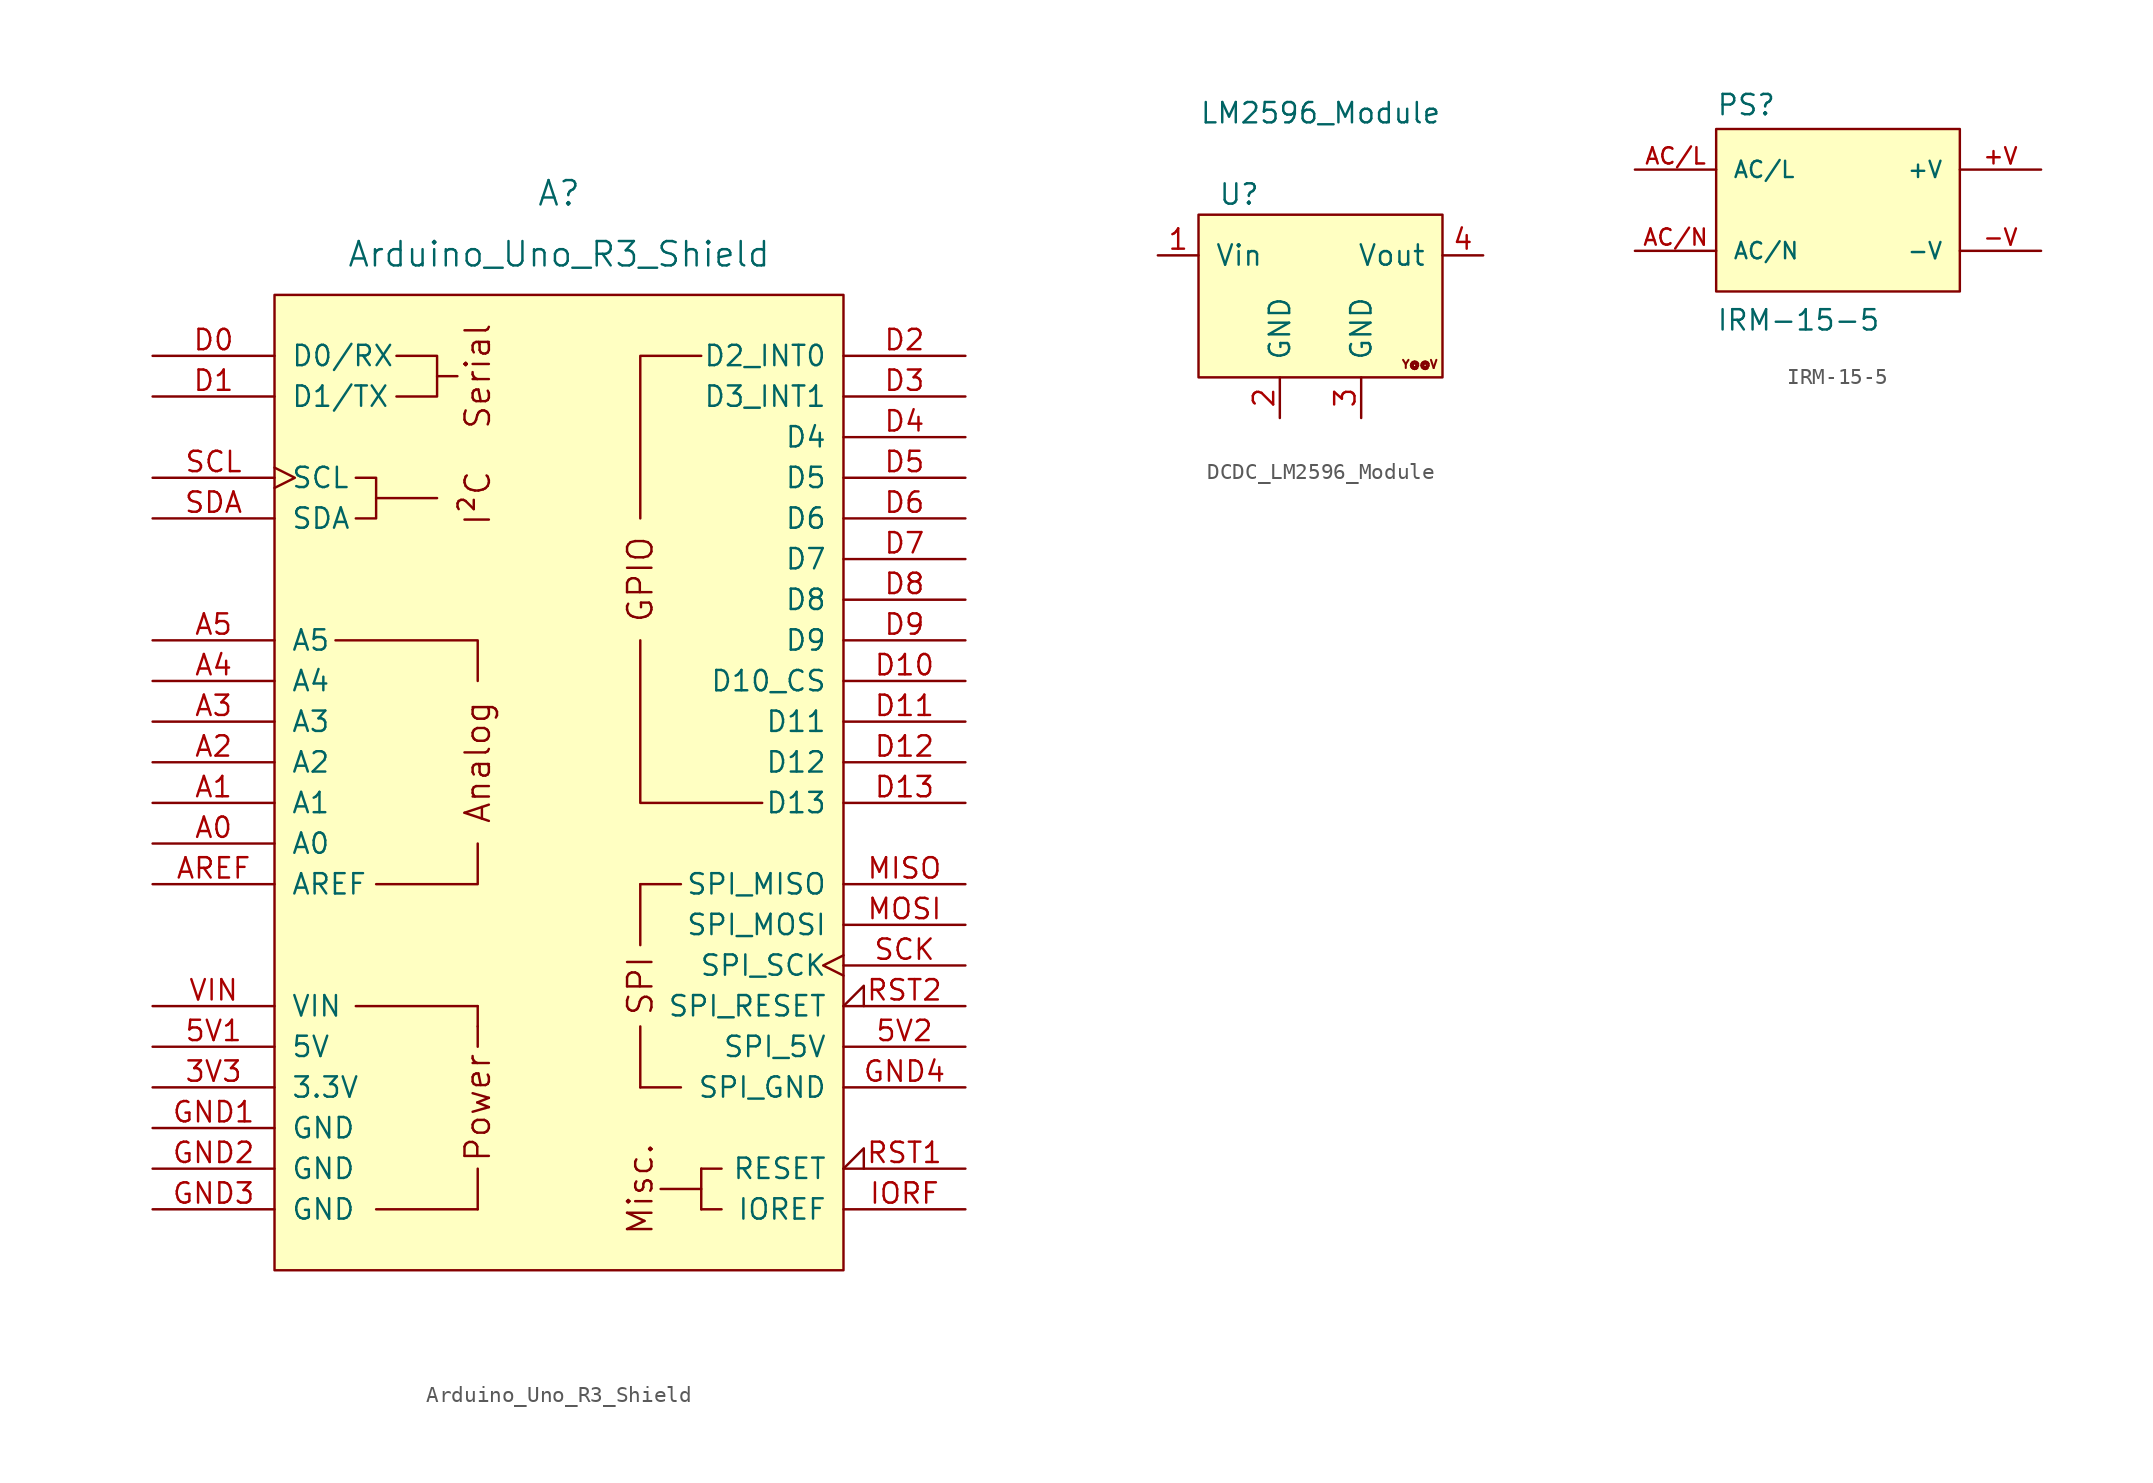
<source format=kicad_sym>
(kicad_symbol_lib
  (version 20241209)
  (generator "kicad_symbol_editor")
  (generator_version "9.0")
  (symbol "Arduino_Uno_R3_Shield"
    (pin_names
      (offset 1.016))
    (property "Reference" "A"
      (at 0 36.83 0)
      (effects (font (size 1.524 1.524))))
    (property "Value" "Arduino_Uno_R3_Shield"
      (at 0 33.02 0)
      (effects (font (size 1.524 1.524))))
    (symbol "Arduino_Uno_R3_Shield_0_0"
      (rectangle (start -17.78 30.48) (end 17.78 -30.48) (stroke (width 0) (type default)) (fill (type background)))
      (polyline (pts (xy -12.7 19.05) (xy -11.43 19.05) (xy -11.43 16.51) (xy -12.7 16.51)) (stroke (width 0) (type default)) (fill (type none)))
      (rectangle (start -12.7 -13.97) (end -5.08 -13.97) (stroke (width 0) (type default)) (fill (type none)))
      (polyline (pts (xy -11.43 17.78) (xy -7.62 17.78)) (stroke (width 0) (type default)) (fill (type none)))
      (rectangle (start -11.43 -26.67) (end -5.08 -26.67) (stroke (width 0) (type default)) (fill (type none)))
      (polyline (pts (xy -10.16 26.67) (xy -7.62 26.67) (xy -7.62 24.13) (xy -10.16 24.13)) (stroke (width 0) (type default)) (fill (type none)))
      (polyline (pts (xy -7.62 25.4) (xy -6.35 25.4)) (stroke (width 0) (type default)) (fill (type none)))
      (polyline (pts (xy -5.08 6.35) (xy -5.08 8.89) (xy -13.97 8.89)) (stroke (width 0) (type default)) (fill (type none)))
      (polyline (pts (xy -5.08 -3.81) (xy -5.08 -6.35) (xy -11.43 -6.35)) (stroke (width 0) (type default)) (fill (type none)))
      (polyline (pts (xy -5.08 -13.97) (xy -5.08 -15.24)) (stroke (width 0) (type default)) (fill (type none)))
      (polyline (pts (xy -5.08 -15.24) (xy -5.08 -16.51)) (stroke (width 0) (type default)) (fill (type none)))
      (polyline (pts (xy -5.08 -26.67) (xy -5.08 -24.13)) (stroke (width 0) (type default)) (fill (type none)))
      (polyline (pts (xy 5.08 16.51) (xy 5.08 26.67) (xy 8.89 26.67)) (stroke (width 0) (type default)) (fill (type none)))
      (polyline (pts (xy 5.08 8.89) (xy 5.08 -1.27) (xy 12.7 -1.27)) (stroke (width 0) (type default)) (fill (type none)))
      (rectangle (start 5.08 -10.16) (end 5.08 -6.35) (stroke (width 0) (type default)) (fill (type none)))
      (rectangle (start 5.08 -19.05) (end 5.08 -15.24) (stroke (width 0) (type default)) (fill (type none)))
      (rectangle (start 5.08 -19.05) (end 7.62 -19.05) (stroke (width 0) (type default)) (fill (type none)))
      (rectangle (start 7.62 -6.35) (end 5.08 -6.35) (stroke (width 0) (type default)) (fill (type none)))
      (rectangle (start 8.89 -24.13) (end 8.89 -26.67) (stroke (width 0) (type default)) (fill (type none)))
      (rectangle (start 8.89 -25.4) (end 6.35 -25.4) (stroke (width 0) (type default)) (fill (type none)))
      (rectangle (start 10.16 -24.13) (end 8.89 -24.13) (stroke (width 0) (type default)) (fill (type none)))
      (rectangle (start 10.16 -26.67) (end 8.89 -26.67) (stroke (width 0) (type default)) (fill (type none)))
      (text "Serial" (at -5.08 25.4 900) (effects (font (size 1.524 1.524))))
      (text "I²C" (at -5.08 17.78 900) (effects (font (size 1.524 1.524))))
      (text "Analog" (at -5.08 1.27 900) (effects (font (size 1.524 1.524))))
      (text "Power" (at -5.08 -20.32 900) (effects (font (size 1.524 1.524))))
      (text "SPI" (at 5.08 -12.7 900) (effects (font (size 1.524 1.524))))
      (text "Misc." (at 5.08 -25.4 900) (effects (font (size 1.524 1.524)))))
    (symbol "Arduino_Uno_R3_Shield_1_0"
      (text "GPIO" (at 5.08 12.7 900) (effects (font (size 1.524 1.524)))))
    (symbol "Arduino_Uno_R3_Shield_1_1"
      (pin bidirectional line (at -25.4 26.67 0) (length 7.62) (name "D0/RX" (effects (font (size 1.27 1.27)))) (number "D0" (effects (font (size 1.27 1.27)))))
      (pin bidirectional line (at -25.4 24.13 0) (length 7.62) (name "D1/TX" (effects (font (size 1.27 1.27)))) (number "D1" (effects (font (size 1.27 1.27)))))
      (pin bidirectional clock (at -25.4 19.05 0) (length 7.62) (name "SCL" (effects (font (size 1.27 1.27)))) (number "SCL" (effects (font (size 1.27 1.27)))))
      (pin bidirectional line (at -25.4 16.51 0) (length 7.62) (name "SDA" (effects (font (size 1.27 1.27)))) (number "SDA" (effects (font (size 1.27 1.27)))))
      (pin bidirectional line (at -25.4 8.89 0) (length 7.62) (name "A5" (effects (font (size 1.27 1.27)))) (number "A5" (effects (font (size 1.27 1.27)))))
      (pin bidirectional line (at -25.4 6.35 0) (length 7.62) (name "A4" (effects (font (size 1.27 1.27)))) (number "A4" (effects (font (size 1.27 1.27)))))
      (pin bidirectional line (at -25.4 3.81 0) (length 7.62) (name "A3" (effects (font (size 1.27 1.27)))) (number "A3" (effects (font (size 1.27 1.27)))))
      (pin bidirectional line (at -25.4 1.27 0) (length 7.62) (name "A2" (effects (font (size 1.27 1.27)))) (number "A2" (effects (font (size 1.27 1.27)))))
      (pin bidirectional line (at -25.4 -1.27 0) (length 7.62) (name "A1" (effects (font (size 1.27 1.27)))) (number "A1" (effects (font (size 1.27 1.27)))))
      (pin bidirectional line (at -25.4 -3.81 0) (length 7.62) (name "A0" (effects (font (size 1.27 1.27)))) (number "A0" (effects (font (size 1.27 1.27)))))
      (pin input line (at -25.4 -6.35 0) (length 7.62) (name "AREF" (effects (font (size 1.27 1.27)))) (number "AREF" (effects (font (size 1.27 1.27)))))
      (pin power_in line (at -25.4 -13.97 0) (length 7.62) (name "VIN" (effects (font (size 1.27 1.27)))) (number "VIN" (effects (font (size 1.27 1.27)))))
      (pin power_in line (at -25.4 -16.51 0) (length 7.62) (name "5V" (effects (font (size 1.27 1.27)))) (number "5V1" (effects (font (size 1.27 1.27)))))
      (pin power_out line (at -25.4 -19.05 0) (length 7.62) (name "3.3V" (effects (font (size 1.27 1.27)))) (number "3V3" (effects (font (size 1.27 1.27)))))
      (pin power_in line (at -25.4 -21.59 0) (length 7.62) (name "GND" (effects (font (size 1.27 1.27)))) (number "GND1" (effects (font (size 1.27 1.27)))))
      (pin power_in line (at -25.4 -24.13 0) (length 7.62) (name "GND" (effects (font (size 1.27 1.27)))) (number "GND2" (effects (font (size 1.27 1.27)))))
      (pin power_in line (at -25.4 -26.67 0) (length 7.62) (name "GND" (effects (font (size 1.27 1.27)))) (number "GND3" (effects (font (size 1.27 1.27)))))
      (pin bidirectional line (at 25.4 26.67 180) (length 7.62) (name "D2_INT0" (effects (font (size 1.27 1.27)))) (number "D2" (effects (font (size 1.27 1.27)))))
      (pin bidirectional line (at 25.4 24.13 180) (length 7.62) (name "D3_INT1" (effects (font (size 1.27 1.27)))) (number "D3" (effects (font (size 1.27 1.27)))))
      (pin bidirectional line (at 25.4 21.59 180) (length 7.62) (name "D4" (effects (font (size 1.27 1.27)))) (number "D4" (effects (font (size 1.27 1.27)))))
      (pin bidirectional line (at 25.4 19.05 180) (length 7.62) (name "D5" (effects (font (size 1.27 1.27)))) (number "D5" (effects (font (size 1.27 1.27)))))
      (pin bidirectional line (at 25.4 16.51 180) (length 7.62) (name "D6" (effects (font (size 1.27 1.27)))) (number "D6" (effects (font (size 1.27 1.27)))))
      (pin bidirectional line (at 25.4 13.97 180) (length 7.62) (name "D7" (effects (font (size 1.27 1.27)))) (number "D7" (effects (font (size 1.27 1.27)))))
      (pin bidirectional line (at 25.4 11.43 180) (length 7.62) (name "D8" (effects (font (size 1.27 1.27)))) (number "D8" (effects (font (size 1.27 1.27)))))
      (pin bidirectional line (at 25.4 8.89 180) (length 7.62) (name "D9" (effects (font (size 1.27 1.27)))) (number "D9" (effects (font (size 1.27 1.27)))))
      (pin bidirectional line (at 25.4 6.35 180) (length 7.62) (name "D10_CS" (effects (font (size 1.27 1.27)))) (number "D10" (effects (font (size 1.27 1.27)))))
      (pin bidirectional line (at 25.4 3.81 180) (length 7.62) (name "D11" (effects (font (size 1.27 1.27)))) (number "D11" (effects (font (size 1.27 1.27)))))
      (pin bidirectional line (at 25.4 1.27 180) (length 7.62) (name "D12" (effects (font (size 1.27 1.27)))) (number "D12" (effects (font (size 1.27 1.27)))))
      (pin bidirectional line (at 25.4 -1.27 180) (length 7.62) (name "D13" (effects (font (size 1.27 1.27)))) (number "D13" (effects (font (size 1.27 1.27)))))
      (pin input line (at 25.4 -6.35 180) (length 7.62) (name "SPI_MISO" (effects (font (size 1.27 1.27)))) (number "MISO" (effects (font (size 1.27 1.27)))))
      (pin output line (at 25.4 -8.89 180) (length 7.62) (name "SPI_MOSI" (effects (font (size 1.27 1.27)))) (number "MOSI" (effects (font (size 1.27 1.27)))))
      (pin output clock (at 25.4 -11.43 180) (length 7.62) (name "SPI_SCK" (effects (font (size 1.27 1.27)))) (number "SCK" (effects (font (size 1.27 1.27)))))
      (pin open_collector input_low (at 25.4 -13.97 180) (length 7.62) (name "SPI_RESET" (effects (font (size 1.27 1.27)))) (number "RST2" (effects (font (size 1.27 1.27)))))
      (pin power_in line (at 25.4 -16.51 180) (length 7.62) (name "SPI_5V" (effects (font (size 1.27 1.27)))) (number "5V2" (effects (font (size 1.27 1.27)))))
      (pin power_in line (at 25.4 -19.05 180) (length 7.62) (name "SPI_GND" (effects (font (size 1.27 1.27)))) (number "GND4" (effects (font (size 1.27 1.27)))))
      (pin open_collector input_low (at 25.4 -24.13 180) (length 7.62) (name "RESET" (effects (font (size 1.27 1.27)))) (number "RST1" (effects (font (size 1.27 1.27)))))
      (pin output line (at 25.4 -26.67 180) (length 7.62) (name "IOREF" (effects (font (size 1.27 1.27)))) (number "IORF" (effects (font (size 1.27 1.27)))))))
  (symbol "DCDC_LM2596_Module"
    (pin_names
      (offset 1.016))
    (property "Reference" "U"
      (at -5.08 6.35 0)
      (effects (font (size 1.27 1.27))))
    (property "Value" "LM2596_Module"
      (at 0 11.43 0)
      (effects (font (size 1.27 1.27))))
    (symbol "DCDC_LM2596_Module_0_1"
      (rectangle (start -7.62 5.08) (end 7.62 -5.08) (stroke (width 0) (type solid)) (fill (type background))))
    (symbol "DCDC_LM2596_Module_1_1"
      (text "Y@@V" (at 6.198 -4.267 0) (effects (font (size 0.508 0.508))))
      (pin power_in line (at -10.16 2.54 0) (length 2.54) (name "Vin" (effects (font (size 1.27 1.27)))) (number "1" (effects (font (size 1.27 1.27)))))
      (pin power_in line (at -2.54 -7.62 90) (length 2.54) (name "GND" (effects (font (size 1.27 1.27)))) (number "2" (effects (font (size 1.27 1.27)))))
      (pin power_in line (at 2.54 -7.62 90) (length 2.54) (name "GND" (effects (font (size 1.27 1.27)))) (number "3" (effects (font (size 1.27 1.27)))))
      (pin power_out line (at 10.16 2.54 180) (length 2.54) (name "Vout" (effects (font (size 1.27 1.27)))) (number "4" (effects (font (size 1.27 1.27)))))))
  (symbol "IRM-15-5"
    (pin_names
      (offset 1.016))
    (property "Reference" "PS"
      (at -7.62 5.842 0)
      (effects (font (size 1.27 1.27)) (justify left bottom)))
    (property "Value" "IRM-15-5"
      (at -7.62 -7.62 0)
      (effects (font (size 1.27 1.27)) (justify left bottom)))
    (symbol "IRM-15-5_0_0"
      (rectangle (start -7.62 -5.08) (end 7.62 5.08) (stroke (width 0.152) (type default)) (fill (type background)))
      (pin input line (at -12.7 2.54 0) (length 5.08) (name "AC/L" (effects (font (size 1.016 1.016)))) (number "AC/L" (effects (font (size 1.016 1.016)))))
      (pin input line (at -12.7 -2.54 0) (length 5.08) (name "AC/N" (effects (font (size 1.016 1.016)))) (number "AC/N" (effects (font (size 1.016 1.016)))))
      (pin output line (at 12.7 2.54 180) (length 5.08) (name "+V" (effects (font (size 1.016 1.016)))) (number "+V" (effects (font (size 1.016 1.016)))))
      (pin output line (at 12.7 -2.54 180) (length 5.08) (name "-V" (effects (font (size 1.016 1.016)))) (number "-V" (effects (font (size 1.016 1.016))))))))
</source>
